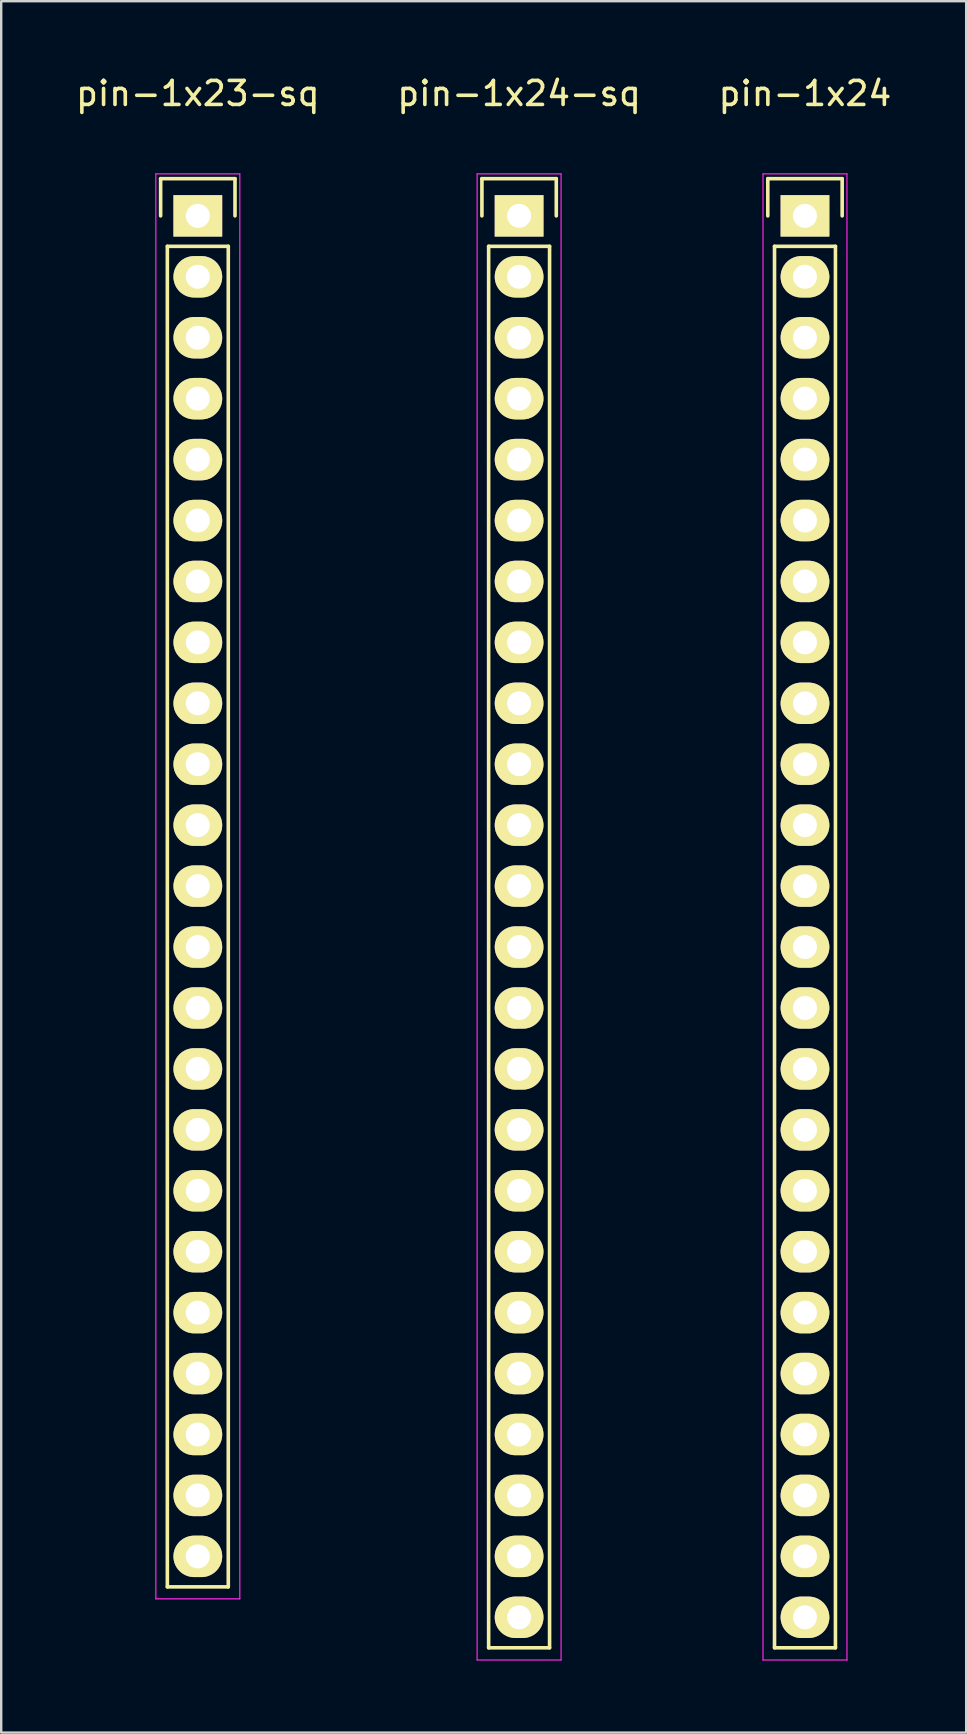
<source format=kicad_pcb>
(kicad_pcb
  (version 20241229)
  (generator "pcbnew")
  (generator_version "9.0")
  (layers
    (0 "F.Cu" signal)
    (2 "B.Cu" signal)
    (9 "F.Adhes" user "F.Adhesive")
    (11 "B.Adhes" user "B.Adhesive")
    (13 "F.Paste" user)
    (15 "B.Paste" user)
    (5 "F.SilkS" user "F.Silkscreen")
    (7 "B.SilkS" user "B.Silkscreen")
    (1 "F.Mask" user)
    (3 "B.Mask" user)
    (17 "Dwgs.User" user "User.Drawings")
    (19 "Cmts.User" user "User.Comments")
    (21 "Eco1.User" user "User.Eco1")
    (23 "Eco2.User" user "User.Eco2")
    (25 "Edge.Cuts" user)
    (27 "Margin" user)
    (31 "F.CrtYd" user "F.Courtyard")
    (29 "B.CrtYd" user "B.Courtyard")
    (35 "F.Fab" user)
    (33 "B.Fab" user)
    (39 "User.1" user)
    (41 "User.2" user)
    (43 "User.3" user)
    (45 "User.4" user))
  (footprint "pin-1x24-sq"
    (layer "F.Cu")
    (at 18.589 5.948)
    (property "Reference" "pin-1x24-sq" (at 0 -5.1 0) (layer "F.SilkS") (effects (font (size 1 1) (thickness 0.15))))
    (attr through_hole)
    (fp_line (start -1.55 -1.55) (end 1.55 -1.55) (stroke (width 0.15) (type solid)) (layer "F.SilkS"))
    (fp_line (start -1.55 0) (end -1.55 -1.55) (stroke (width 0.15) (type solid)) (layer "F.SilkS"))
    (fp_line (start -1.27 1.27) (end -1.27 59.69) (stroke (width 0.15) (type solid)) (layer "F.SilkS"))
    (fp_line (start -1.27 59.69) (end 1.27 59.69) (stroke (width 0.15) (type solid)) (layer "F.SilkS"))
    (fp_line (start 1.27 1.27) (end -1.27 1.27) (stroke (width 0.15) (type solid)) (layer "F.SilkS"))
    (fp_line (start 1.27 1.27) (end 1.27 59.69) (stroke (width 0.15) (type solid)) (layer "F.SilkS"))
    (fp_line (start 1.55 -1.55) (end 1.55 0) (stroke (width 0.15) (type solid)) (layer "F.SilkS"))
    (fp_line (start -1.75 -1.75) (end -1.75 60.2) (stroke (width 0.05) (type solid)) (layer "F.CrtYd"))
    (fp_line (start -1.75 -1.75) (end 1.75 -1.75) (stroke (width 0.05) (type solid)) (layer "F.CrtYd"))
    (fp_line (start -1.75 60.2) (end 1.75 60.2) (stroke (width 0.05) (type solid)) (layer "F.CrtYd"))
    (fp_line (start 1.75 -1.75) (end 1.75 60.2) (stroke (width 0.05) (type solid)) (layer "F.CrtYd"))
    (pad "1" thru_hole rect (at 0 0) (size 2.032 1.727) (drill 1) (layers "*.Cu" "*.Mask" "F.SilkS"))
    (pad "2" thru_hole oval (at 0 2.54) (size 2.032 1.727) (drill 1) (layers "*.Cu" "*.Mask" "F.SilkS"))
    (pad "3" thru_hole oval (at 0 5.08) (size 2.032 1.727) (drill 1) (layers "*.Cu" "*.Mask" "F.SilkS"))
    (pad "4" thru_hole oval (at 0 7.62) (size 2.032 1.727) (drill 1) (layers "*.Cu" "*.Mask" "F.SilkS"))
    (pad "5" thru_hole oval (at 0 10.16) (size 2.032 1.727) (drill 1) (layers "*.Cu" "*.Mask" "F.SilkS"))
    (pad "6" thru_hole oval (at 0 12.7) (size 2.032 1.727) (drill 1) (layers "*.Cu" "*.Mask" "F.SilkS"))
    (pad "7" thru_hole oval (at 0 15.24) (size 2.032 1.727) (drill 1) (layers "*.Cu" "*.Mask" "F.SilkS"))
    (pad "8" thru_hole oval (at 0 17.78) (size 2.032 1.727) (drill 1) (layers "*.Cu" "*.Mask" "F.SilkS"))
    (pad "9" thru_hole oval (at 0 20.32) (size 2.032 1.727) (drill 1) (layers "*.Cu" "*.Mask" "F.SilkS"))
    (pad "10" thru_hole oval (at 0 22.86) (size 2.032 1.727) (drill 1) (layers "*.Cu" "*.Mask" "F.SilkS"))
    (pad "11" thru_hole oval (at 0 25.4) (size 2.032 1.727) (drill 1) (layers "*.Cu" "*.Mask" "F.SilkS"))
    (pad "12" thru_hole oval (at 0 27.94) (size 2.032 1.727) (drill 1) (layers "*.Cu" "*.Mask" "F.SilkS"))
    (pad "13" thru_hole oval (at 0 30.48) (size 2.032 1.727) (drill 1) (layers "*.Cu" "*.Mask" "F.SilkS"))
    (pad "14" thru_hole oval (at 0 33.02) (size 2.032 1.727) (drill 1) (layers "*.Cu" "*.Mask" "F.SilkS"))
    (pad "15" thru_hole oval (at 0 35.56) (size 2.032 1.727) (drill 1) (layers "*.Cu" "*.Mask" "F.SilkS"))
    (pad "16" thru_hole oval (at 0 38.1) (size 2.032 1.727) (drill 1) (layers "*.Cu" "*.Mask" "F.SilkS"))
    (pad "17" thru_hole oval (at 0 40.64) (size 2.032 1.727) (drill 1) (layers "*.Cu" "*.Mask" "F.SilkS"))
    (pad "18" thru_hole oval (at 0 43.18) (size 2.032 1.727) (drill 1) (layers "*.Cu" "*.Mask" "F.SilkS"))
    (pad "19" thru_hole oval (at 0 45.72) (size 2.032 1.727) (drill 1) (layers "*.Cu" "*.Mask" "F.SilkS"))
    (pad "20" thru_hole oval (at 0 48.26) (size 2.032 1.727) (drill 1) (layers "*.Cu" "*.Mask" "F.SilkS"))
    (pad "21" thru_hole oval (at 0 50.8) (size 2.032 1.727) (drill 1) (layers "*.Cu" "*.Mask" "F.SilkS"))
    (pad "22" thru_hole oval (at 0 53.34) (size 2.032 1.727) (drill 1) (layers "*.Cu" "*.Mask" "F.SilkS"))
    (pad "23" thru_hole oval (at 0 55.88) (size 2.032 1.727) (drill 1) (layers "*.Cu" "*.Mask" "F.SilkS"))
    (pad "24" thru_hole oval (at 0 58.42) (size 2.032 1.727) (drill 1) (layers "*.Cu" "*.Mask" "F.SilkS")))
  (footprint "pin-1x24"
    (layer "F.Cu")
    (at 30.506 5.948)
    (property "Reference" "pin-1x24" (at 0 -5.1 0) (layer "F.SilkS") (effects (font (size 1 1) (thickness 0.15))))
    (attr through_hole)
    (fp_line (start -1.55 -1.55) (end 1.55 -1.55) (stroke (width 0.15) (type solid)) (layer "F.SilkS"))
    (fp_line (start -1.55 0) (end -1.55 -1.55) (stroke (width 0.15) (type solid)) (layer "F.SilkS"))
    (fp_line (start -1.27 1.27) (end -1.27 59.69) (stroke (width 0.15) (type solid)) (layer "F.SilkS"))
    (fp_line (start -1.27 59.69) (end 1.27 59.69) (stroke (width 0.15) (type solid)) (layer "F.SilkS"))
    (fp_line (start 1.27 1.27) (end -1.27 1.27) (stroke (width 0.15) (type solid)) (layer "F.SilkS"))
    (fp_line (start 1.27 1.27) (end 1.27 59.69) (stroke (width 0.15) (type solid)) (layer "F.SilkS"))
    (fp_line (start 1.55 -1.55) (end 1.55 0) (stroke (width 0.15) (type solid)) (layer "F.SilkS"))
    (fp_line (start -1.75 -1.75) (end -1.75 60.2) (stroke (width 0.05) (type solid)) (layer "F.CrtYd"))
    (fp_line (start -1.75 -1.75) (end 1.75 -1.75) (stroke (width 0.05) (type solid)) (layer "F.CrtYd"))
    (fp_line (start -1.75 60.2) (end 1.75 60.2) (stroke (width 0.05) (type solid)) (layer "F.CrtYd"))
    (fp_line (start 1.75 -1.75) (end 1.75 60.2) (stroke (width 0.05) (type solid)) (layer "F.CrtYd"))
    (pad "1" thru_hole rect (at 0 0) (size 2.032 1.727) (drill 1) (layers "*.Cu" "*.Mask" "F.SilkS"))
    (pad "2" thru_hole oval (at 0 2.54) (size 2.032 1.727) (drill 1) (layers "*.Cu" "*.Mask" "F.SilkS"))
    (pad "3" thru_hole oval (at 0 5.08) (size 2.032 1.727) (drill 1) (layers "*.Cu" "*.Mask" "F.SilkS"))
    (pad "4" thru_hole oval (at 0 7.62) (size 2.032 1.727) (drill 1) (layers "*.Cu" "*.Mask" "F.SilkS"))
    (pad "5" thru_hole oval (at 0 10.16) (size 2.032 1.727) (drill 1) (layers "*.Cu" "*.Mask" "F.SilkS"))
    (pad "6" thru_hole oval (at 0 12.7) (size 2.032 1.727) (drill 1) (layers "*.Cu" "*.Mask" "F.SilkS"))
    (pad "7" thru_hole oval (at 0 15.24) (size 2.032 1.727) (drill 1) (layers "*.Cu" "*.Mask" "F.SilkS"))
    (pad "8" thru_hole oval (at 0 17.78) (size 2.032 1.727) (drill 1) (layers "*.Cu" "*.Mask" "F.SilkS"))
    (pad "9" thru_hole oval (at 0 20.32) (size 2.032 1.727) (drill 1) (layers "*.Cu" "*.Mask" "F.SilkS"))
    (pad "10" thru_hole oval (at 0 22.86) (size 2.032 1.727) (drill 1) (layers "*.Cu" "*.Mask" "F.SilkS"))
    (pad "11" thru_hole oval (at 0 25.4) (size 2.032 1.727) (drill 1) (layers "*.Cu" "*.Mask" "F.SilkS"))
    (pad "12" thru_hole oval (at 0 27.94) (size 2.032 1.727) (drill 1) (layers "*.Cu" "*.Mask" "F.SilkS"))
    (pad "13" thru_hole oval (at 0 30.48) (size 2.032 1.727) (drill 1) (layers "*.Cu" "*.Mask" "F.SilkS"))
    (pad "14" thru_hole oval (at 0 33.02) (size 2.032 1.727) (drill 1) (layers "*.Cu" "*.Mask" "F.SilkS"))
    (pad "15" thru_hole oval (at 0 35.56) (size 2.032 1.727) (drill 1) (layers "*.Cu" "*.Mask" "F.SilkS"))
    (pad "16" thru_hole oval (at 0 38.1) (size 2.032 1.727) (drill 1) (layers "*.Cu" "*.Mask" "F.SilkS"))
    (pad "17" thru_hole oval (at 0 40.64) (size 2.032 1.727) (drill 1) (layers "*.Cu" "*.Mask" "F.SilkS"))
    (pad "18" thru_hole oval (at 0 43.18) (size 2.032 1.727) (drill 1) (layers "*.Cu" "*.Mask" "F.SilkS"))
    (pad "19" thru_hole oval (at 0 45.72) (size 2.032 1.727) (drill 1) (layers "*.Cu" "*.Mask" "F.SilkS"))
    (pad "20" thru_hole oval (at 0 48.26) (size 2.032 1.727) (drill 1) (layers "*.Cu" "*.Mask" "F.SilkS"))
    (pad "21" thru_hole oval (at 0 50.8) (size 2.032 1.727) (drill 1) (layers "*.Cu" "*.Mask" "F.SilkS"))
    (pad "22" thru_hole oval (at 0 53.34) (size 2.032 1.727) (drill 1) (layers "*.Cu" "*.Mask" "F.SilkS"))
    (pad "23" thru_hole oval (at 0 55.88) (size 2.032 1.727) (drill 1) (layers "*.Cu" "*.Mask" "F.SilkS"))
    (pad "24" thru_hole oval (at 0 58.42) (size 2.032 1.727) (drill 1) (layers "*.Cu" "*.Mask" "F.SilkS")))
  (footprint "pin-1x23-sq"
    (layer "F.Cu")
    (at 5.196 5.948)
    (property "Reference" "pin-1x23-sq" (at 0 -5.1 0) (layer "F.SilkS") (effects (font (size 1 1) (thickness 0.15))))
    (attr through_hole)
    (fp_line (start -1.55 -1.55) (end 1.55 -1.55) (stroke (width 0.15) (type solid)) (layer "F.SilkS"))
    (fp_line (start -1.55 0) (end -1.55 -1.55) (stroke (width 0.15) (type solid)) (layer "F.SilkS"))
    (fp_line (start -1.27 1.27) (end -1.27 57.15) (stroke (width 0.15) (type solid)) (layer "F.SilkS"))
    (fp_line (start -1.27 57.15) (end 1.27 57.15) (stroke (width 0.15) (type solid)) (layer "F.SilkS"))
    (fp_line (start 1.27 1.27) (end -1.27 1.27) (stroke (width 0.15) (type solid)) (layer "F.SilkS"))
    (fp_line (start 1.27 57.15) (end 1.27 1.27) (stroke (width 0.15) (type solid)) (layer "F.SilkS"))
    (fp_line (start 1.55 -1.55) (end 1.55 0) (stroke (width 0.15) (type solid)) (layer "F.SilkS"))
    (fp_line (start -1.75 -1.75) (end -1.75 57.65) (stroke (width 0.05) (type solid)) (layer "F.CrtYd"))
    (fp_line (start -1.75 -1.75) (end 1.75 -1.75) (stroke (width 0.05) (type solid)) (layer "F.CrtYd"))
    (fp_line (start -1.75 57.65) (end 1.75 57.65) (stroke (width 0.05) (type solid)) (layer "F.CrtYd"))
    (fp_line (start 1.75 -1.75) (end 1.75 57.65) (stroke (width 0.05) (type solid)) (layer "F.CrtYd"))
    (pad "1" thru_hole rect (at 0 0) (size 2.032 1.727) (drill 1) (layers "*.Cu" "*.Mask" "F.SilkS"))
    (pad "2" thru_hole oval (at 0 2.54) (size 2.032 1.727) (drill 1) (layers "*.Cu" "*.Mask" "F.SilkS"))
    (pad "3" thru_hole oval (at 0 5.08) (size 2.032 1.727) (drill 1) (layers "*.Cu" "*.Mask" "F.SilkS"))
    (pad "4" thru_hole oval (at 0 7.62) (size 2.032 1.727) (drill 1) (layers "*.Cu" "*.Mask" "F.SilkS"))
    (pad "5" thru_hole oval (at 0 10.16) (size 2.032 1.727) (drill 1) (layers "*.Cu" "*.Mask" "F.SilkS"))
    (pad "6" thru_hole oval (at 0 12.7) (size 2.032 1.727) (drill 1) (layers "*.Cu" "*.Mask" "F.SilkS"))
    (pad "7" thru_hole oval (at 0 15.24) (size 2.032 1.727) (drill 1) (layers "*.Cu" "*.Mask" "F.SilkS"))
    (pad "8" thru_hole oval (at 0 17.78) (size 2.032 1.727) (drill 1) (layers "*.Cu" "*.Mask" "F.SilkS"))
    (pad "9" thru_hole oval (at 0 20.32) (size 2.032 1.727) (drill 1) (layers "*.Cu" "*.Mask" "F.SilkS"))
    (pad "10" thru_hole oval (at 0 22.86) (size 2.032 1.727) (drill 1) (layers "*.Cu" "*.Mask" "F.SilkS"))
    (pad "11" thru_hole oval (at 0 25.4) (size 2.032 1.727) (drill 1) (layers "*.Cu" "*.Mask" "F.SilkS"))
    (pad "12" thru_hole oval (at 0 27.94) (size 2.032 1.727) (drill 1) (layers "*.Cu" "*.Mask" "F.SilkS"))
    (pad "13" thru_hole oval (at 0 30.48) (size 2.032 1.727) (drill 1) (layers "*.Cu" "*.Mask" "F.SilkS"))
    (pad "14" thru_hole oval (at 0 33.02) (size 2.032 1.727) (drill 1) (layers "*.Cu" "*.Mask" "F.SilkS"))
    (pad "15" thru_hole oval (at 0 35.56) (size 2.032 1.727) (drill 1) (layers "*.Cu" "*.Mask" "F.SilkS"))
    (pad "16" thru_hole oval (at 0 38.1) (size 2.032 1.727) (drill 1) (layers "*.Cu" "*.Mask" "F.SilkS"))
    (pad "17" thru_hole oval (at 0 40.64) (size 2.032 1.727) (drill 1) (layers "*.Cu" "*.Mask" "F.SilkS"))
    (pad "18" thru_hole oval (at 0 43.18) (size 2.032 1.727) (drill 1) (layers "*.Cu" "*.Mask" "F.SilkS"))
    (pad "19" thru_hole oval (at 0 45.72) (size 2.032 1.727) (drill 1) (layers "*.Cu" "*.Mask" "F.SilkS"))
    (pad "20" thru_hole oval (at 0 48.26) (size 2.032 1.727) (drill 1) (layers "*.Cu" "*.Mask" "F.SilkS"))
    (pad "21" thru_hole oval (at 0 50.8) (size 2.032 1.727) (drill 1) (layers "*.Cu" "*.Mask" "F.SilkS"))
    (pad "22" thru_hole oval (at 0 53.34) (size 2.032 1.727) (drill 1) (layers "*.Cu" "*.Mask" "F.SilkS"))
    (pad "23" thru_hole oval (at 0 55.88) (size 2.032 1.727) (drill 1) (layers "*.Cu" "*.Mask" "F.SilkS")))
  (gr_rect
    (start -3 -3)
    (end 37.226 69.173)
    (stroke (width 0.1) (type default))
    (fill no)
    (layer "Edge.Cuts")))
</source>
